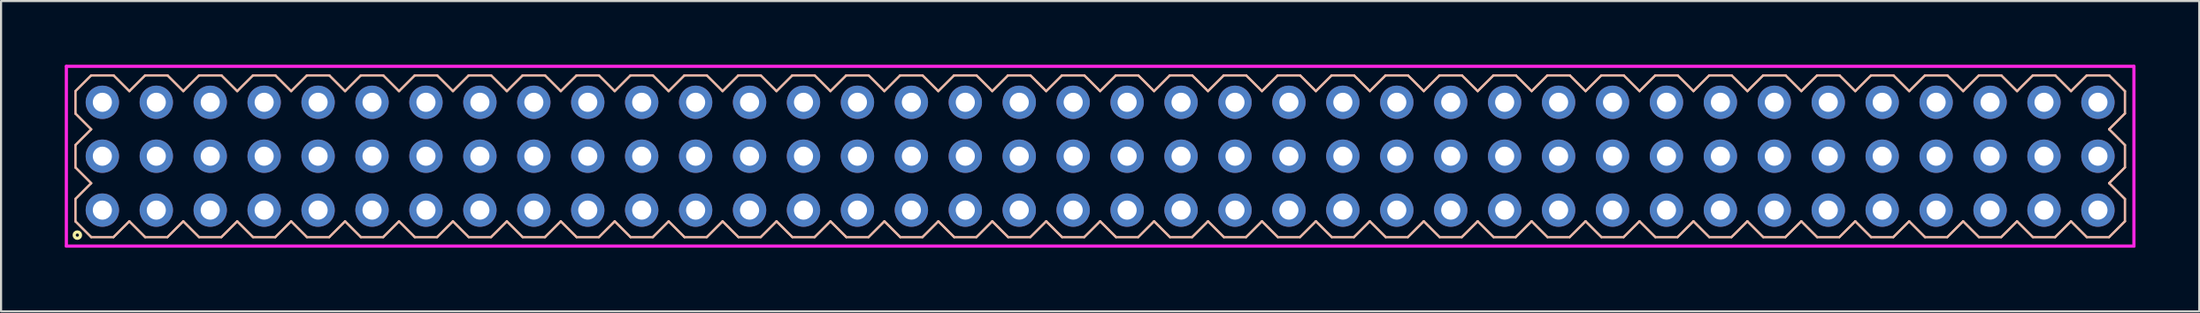
<source format=kicad_pcb>
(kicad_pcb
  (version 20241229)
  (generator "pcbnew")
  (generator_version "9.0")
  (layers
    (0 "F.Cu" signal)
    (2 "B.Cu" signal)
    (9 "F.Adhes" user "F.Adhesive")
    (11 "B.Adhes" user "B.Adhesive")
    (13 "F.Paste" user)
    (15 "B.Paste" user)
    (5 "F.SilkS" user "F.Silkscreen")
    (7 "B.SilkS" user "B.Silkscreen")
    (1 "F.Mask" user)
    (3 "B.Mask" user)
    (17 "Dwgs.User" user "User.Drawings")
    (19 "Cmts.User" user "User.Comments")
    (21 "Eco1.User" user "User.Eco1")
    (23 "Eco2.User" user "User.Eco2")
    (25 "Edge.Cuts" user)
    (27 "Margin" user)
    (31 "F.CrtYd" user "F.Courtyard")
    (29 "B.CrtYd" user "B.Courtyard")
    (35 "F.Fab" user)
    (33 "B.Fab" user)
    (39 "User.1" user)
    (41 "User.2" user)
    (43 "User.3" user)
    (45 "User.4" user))
  (footprint "HDR254P38x3"
    (layer "F.Cu")
    (at 48.76 4.31)
    (property "Reference" "HDR254P38x3" (at 0 0 0) (layer "User.1") (effects (font (size 1 1) (thickness 0.1))))
    (attr through_hole)
    (fp_line (start -48.26 -3.066) (end -47.516 -3.81) (stroke (width 0.1) (type solid)) (layer "F.SilkS"))
    (fp_line (start -48.26 -2.014) (end -48.26 -3.066) (stroke (width 0.1) (type solid)) (layer "F.SilkS"))
    (fp_line (start -48.26 -0.526) (end -47.516 -1.27) (stroke (width 0.1) (type solid)) (layer "F.SilkS"))
    (fp_line (start -48.26 0.526) (end -48.26 -0.526) (stroke (width 0.1) (type solid)) (layer "F.SilkS"))
    (fp_line (start -48.26 2.014) (end -47.516 1.27) (stroke (width 0.1) (type solid)) (layer "F.SilkS"))
    (fp_line (start -48.26 3.066) (end -48.26 2.014) (stroke (width 0.1) (type solid)) (layer "F.SilkS"))
    (fp_line (start -47.516 -3.81) (end -46.464 -3.81) (stroke (width 0.1) (type solid)) (layer "F.SilkS"))
    (fp_line (start -47.516 -1.27) (end -48.26 -2.014) (stroke (width 0.1) (type solid)) (layer "F.SilkS"))
    (fp_line (start -47.516 1.27) (end -48.26 0.526) (stroke (width 0.1) (type solid)) (layer "F.SilkS"))
    (fp_line (start -47.516 3.81) (end -48.26 3.066) (stroke (width 0.1) (type solid)) (layer "F.SilkS"))
    (fp_line (start -46.464 -3.81) (end -45.72 -3.066) (stroke (width 0.1) (type solid)) (layer "F.SilkS"))
    (fp_line (start -46.464 3.81) (end -47.516 3.81) (stroke (width 0.1) (type solid)) (layer "F.SilkS"))
    (fp_line (start -45.72 -3.066) (end -44.976 -3.81) (stroke (width 0.1) (type solid)) (layer "F.SilkS"))
    (fp_line (start -45.72 3.066) (end -46.464 3.81) (stroke (width 0.1) (type solid)) (layer "F.SilkS"))
    (fp_line (start -44.976 -3.81) (end -43.924 -3.81) (stroke (width 0.1) (type solid)) (layer "F.SilkS"))
    (fp_line (start -44.976 3.81) (end -45.72 3.066) (stroke (width 0.1) (type solid)) (layer "F.SilkS"))
    (fp_line (start -43.924 -3.81) (end -43.18 -3.066) (stroke (width 0.1) (type solid)) (layer "F.SilkS"))
    (fp_line (start -43.924 3.81) (end -44.976 3.81) (stroke (width 0.1) (type solid)) (layer "F.SilkS"))
    (fp_line (start -43.18 -3.066) (end -42.436 -3.81) (stroke (width 0.1) (type solid)) (layer "F.SilkS"))
    (fp_line (start -43.18 3.066) (end -43.924 3.81) (stroke (width 0.1) (type solid)) (layer "F.SilkS"))
    (fp_line (start -42.436 -3.81) (end -41.384 -3.81) (stroke (width 0.1) (type solid)) (layer "F.SilkS"))
    (fp_line (start -42.436 3.81) (end -43.18 3.066) (stroke (width 0.1) (type solid)) (layer "F.SilkS"))
    (fp_line (start -41.384 -3.81) (end -40.64 -3.066) (stroke (width 0.1) (type solid)) (layer "F.SilkS"))
    (fp_line (start -41.384 3.81) (end -42.436 3.81) (stroke (width 0.1) (type solid)) (layer "F.SilkS"))
    (fp_line (start -40.64 -3.066) (end -39.896 -3.81) (stroke (width 0.1) (type solid)) (layer "F.SilkS"))
    (fp_line (start -40.64 3.066) (end -41.384 3.81) (stroke (width 0.1) (type solid)) (layer "F.SilkS"))
    (fp_line (start -39.896 -3.81) (end -38.844 -3.81) (stroke (width 0.1) (type solid)) (layer "F.SilkS"))
    (fp_line (start -39.896 3.81) (end -40.64 3.066) (stroke (width 0.1) (type solid)) (layer "F.SilkS"))
    (fp_line (start -38.844 -3.81) (end -38.1 -3.066) (stroke (width 0.1) (type solid)) (layer "F.SilkS"))
    (fp_line (start -38.844 3.81) (end -39.896 3.81) (stroke (width 0.1) (type solid)) (layer "F.SilkS"))
    (fp_line (start -38.1 -3.066) (end -37.356 -3.81) (stroke (width 0.1) (type solid)) (layer "F.SilkS"))
    (fp_line (start -38.1 3.066) (end -38.844 3.81) (stroke (width 0.1) (type solid)) (layer "F.SilkS"))
    (fp_line (start -37.356 -3.81) (end -36.304 -3.81) (stroke (width 0.1) (type solid)) (layer "F.SilkS"))
    (fp_line (start -37.356 3.81) (end -38.1 3.066) (stroke (width 0.1) (type solid)) (layer "F.SilkS"))
    (fp_line (start -36.304 -3.81) (end -35.56 -3.066) (stroke (width 0.1) (type solid)) (layer "F.SilkS"))
    (fp_line (start -36.304 3.81) (end -37.356 3.81) (stroke (width 0.1) (type solid)) (layer "F.SilkS"))
    (fp_line (start -35.56 -3.066) (end -34.816 -3.81) (stroke (width 0.1) (type solid)) (layer "F.SilkS"))
    (fp_line (start -35.56 3.066) (end -36.304 3.81) (stroke (width 0.1) (type solid)) (layer "F.SilkS"))
    (fp_line (start -34.816 -3.81) (end -33.764 -3.81) (stroke (width 0.1) (type solid)) (layer "F.SilkS"))
    (fp_line (start -34.816 3.81) (end -35.56 3.066) (stroke (width 0.1) (type solid)) (layer "F.SilkS"))
    (fp_line (start -33.764 -3.81) (end -33.02 -3.066) (stroke (width 0.1) (type solid)) (layer "F.SilkS"))
    (fp_line (start -33.764 3.81) (end -34.816 3.81) (stroke (width 0.1) (type solid)) (layer "F.SilkS"))
    (fp_line (start -33.02 -3.066) (end -32.276 -3.81) (stroke (width 0.1) (type solid)) (layer "F.SilkS"))
    (fp_line (start -33.02 3.066) (end -33.764 3.81) (stroke (width 0.1) (type solid)) (layer "F.SilkS"))
    (fp_line (start -32.276 -3.81) (end -31.224 -3.81) (stroke (width 0.1) (type solid)) (layer "F.SilkS"))
    (fp_line (start -32.276 3.81) (end -33.02 3.066) (stroke (width 0.1) (type solid)) (layer "F.SilkS"))
    (fp_line (start -31.224 -3.81) (end -30.48 -3.066) (stroke (width 0.1) (type solid)) (layer "F.SilkS"))
    (fp_line (start -31.224 3.81) (end -32.276 3.81) (stroke (width 0.1) (type solid)) (layer "F.SilkS"))
    (fp_line (start -30.48 -3.066) (end -29.736 -3.81) (stroke (width 0.1) (type solid)) (layer "F.SilkS"))
    (fp_line (start -30.48 3.066) (end -31.224 3.81) (stroke (width 0.1) (type solid)) (layer "F.SilkS"))
    (fp_line (start -29.736 -3.81) (end -28.684 -3.81) (stroke (width 0.1) (type solid)) (layer "F.SilkS"))
    (fp_line (start -29.736 3.81) (end -30.48 3.066) (stroke (width 0.1) (type solid)) (layer "F.SilkS"))
    (fp_line (start -28.684 -3.81) (end -27.94 -3.066) (stroke (width 0.1) (type solid)) (layer "F.SilkS"))
    (fp_line (start -28.684 3.81) (end -29.736 3.81) (stroke (width 0.1) (type solid)) (layer "F.SilkS"))
    (fp_line (start -27.94 -3.066) (end -27.196 -3.81) (stroke (width 0.1) (type solid)) (layer "F.SilkS"))
    (fp_line (start -27.94 3.066) (end -28.684 3.81) (stroke (width 0.1) (type solid)) (layer "F.SilkS"))
    (fp_line (start -27.196 -3.81) (end -26.144 -3.81) (stroke (width 0.1) (type solid)) (layer "F.SilkS"))
    (fp_line (start -27.196 3.81) (end -27.94 3.066) (stroke (width 0.1) (type solid)) (layer "F.SilkS"))
    (fp_line (start -26.144 -3.81) (end -25.4 -3.066) (stroke (width 0.1) (type solid)) (layer "F.SilkS"))
    (fp_line (start -26.144 3.81) (end -27.196 3.81) (stroke (width 0.1) (type solid)) (layer "F.SilkS"))
    (fp_line (start -25.4 -3.066) (end -24.656 -3.81) (stroke (width 0.1) (type solid)) (layer "F.SilkS"))
    (fp_line (start -25.4 3.066) (end -26.144 3.81) (stroke (width 0.1) (type solid)) (layer "F.SilkS"))
    (fp_line (start -24.656 -3.81) (end -23.604 -3.81) (stroke (width 0.1) (type solid)) (layer "F.SilkS"))
    (fp_line (start -24.656 3.81) (end -25.4 3.066) (stroke (width 0.1) (type solid)) (layer "F.SilkS"))
    (fp_line (start -23.604 -3.81) (end -22.86 -3.066) (stroke (width 0.1) (type solid)) (layer "F.SilkS"))
    (fp_line (start -23.604 3.81) (end -24.656 3.81) (stroke (width 0.1) (type solid)) (layer "F.SilkS"))
    (fp_line (start -22.86 -3.066) (end -22.116 -3.81) (stroke (width 0.1) (type solid)) (layer "F.SilkS"))
    (fp_line (start -22.86 3.066) (end -23.604 3.81) (stroke (width 0.1) (type solid)) (layer "F.SilkS"))
    (fp_line (start -22.116 -3.81) (end -21.064 -3.81) (stroke (width 0.1) (type solid)) (layer "F.SilkS"))
    (fp_line (start -22.116 3.81) (end -22.86 3.066) (stroke (width 0.1) (type solid)) (layer "F.SilkS"))
    (fp_line (start -21.064 -3.81) (end -20.32 -3.066) (stroke (width 0.1) (type solid)) (layer "F.SilkS"))
    (fp_line (start -21.064 3.81) (end -22.116 3.81) (stroke (width 0.1) (type solid)) (layer "F.SilkS"))
    (fp_line (start -20.32 -3.066) (end -19.576 -3.81) (stroke (width 0.1) (type solid)) (layer "F.SilkS"))
    (fp_line (start -20.32 3.066) (end -21.064 3.81) (stroke (width 0.1) (type solid)) (layer "F.SilkS"))
    (fp_line (start -19.576 -3.81) (end -18.524 -3.81) (stroke (width 0.1) (type solid)) (layer "F.SilkS"))
    (fp_line (start -19.576 3.81) (end -20.32 3.066) (stroke (width 0.1) (type solid)) (layer "F.SilkS"))
    (fp_line (start -18.524 -3.81) (end -17.78 -3.066) (stroke (width 0.1) (type solid)) (layer "F.SilkS"))
    (fp_line (start -18.524 3.81) (end -19.576 3.81) (stroke (width 0.1) (type solid)) (layer "F.SilkS"))
    (fp_line (start -17.78 -3.066) (end -17.036 -3.81) (stroke (width 0.1) (type solid)) (layer "F.SilkS"))
    (fp_line (start -17.78 3.066) (end -18.524 3.81) (stroke (width 0.1) (type solid)) (layer "F.SilkS"))
    (fp_line (start -17.036 -3.81) (end -15.984 -3.81) (stroke (width 0.1) (type solid)) (layer "F.SilkS"))
    (fp_line (start -17.036 3.81) (end -17.78 3.066) (stroke (width 0.1) (type solid)) (layer "F.SilkS"))
    (fp_line (start -15.984 -3.81) (end -15.24 -3.066) (stroke (width 0.1) (type solid)) (layer "F.SilkS"))
    (fp_line (start -15.984 3.81) (end -17.036 3.81) (stroke (width 0.1) (type solid)) (layer "F.SilkS"))
    (fp_line (start -15.24 -3.066) (end -14.496 -3.81) (stroke (width 0.1) (type solid)) (layer "F.SilkS"))
    (fp_line (start -15.24 3.066) (end -15.984 3.81) (stroke (width 0.1) (type solid)) (layer "F.SilkS"))
    (fp_line (start -14.496 -3.81) (end -13.444 -3.81) (stroke (width 0.1) (type solid)) (layer "F.SilkS"))
    (fp_line (start -14.496 3.81) (end -15.24 3.066) (stroke (width 0.1) (type solid)) (layer "F.SilkS"))
    (fp_line (start -13.444 -3.81) (end -12.7 -3.066) (stroke (width 0.1) (type solid)) (layer "F.SilkS"))
    (fp_line (start -13.444 3.81) (end -14.496 3.81) (stroke (width 0.1) (type solid)) (layer "F.SilkS"))
    (fp_line (start -12.7 -3.066) (end -11.956 -3.81) (stroke (width 0.1) (type solid)) (layer "F.SilkS"))
    (fp_line (start -12.7 3.066) (end -13.444 3.81) (stroke (width 0.1) (type solid)) (layer "F.SilkS"))
    (fp_line (start -11.956 -3.81) (end -10.904 -3.81) (stroke (width 0.1) (type solid)) (layer "F.SilkS"))
    (fp_line (start -11.956 3.81) (end -12.7 3.066) (stroke (width 0.1) (type solid)) (layer "F.SilkS"))
    (fp_line (start -10.904 -3.81) (end -10.16 -3.066) (stroke (width 0.1) (type solid)) (layer "F.SilkS"))
    (fp_line (start -10.904 3.81) (end -11.956 3.81) (stroke (width 0.1) (type solid)) (layer "F.SilkS"))
    (fp_line (start -10.16 -3.066) (end -9.416 -3.81) (stroke (width 0.1) (type solid)) (layer "F.SilkS"))
    (fp_line (start -10.16 3.066) (end -10.904 3.81) (stroke (width 0.1) (type solid)) (layer "F.SilkS"))
    (fp_line (start -9.416 -3.81) (end -8.364 -3.81) (stroke (width 0.1) (type solid)) (layer "F.SilkS"))
    (fp_line (start -9.416 3.81) (end -10.16 3.066) (stroke (width 0.1) (type solid)) (layer "F.SilkS"))
    (fp_line (start -8.364 -3.81) (end -7.62 -3.066) (stroke (width 0.1) (type solid)) (layer "F.SilkS"))
    (fp_line (start -8.364 3.81) (end -9.416 3.81) (stroke (width 0.1) (type solid)) (layer "F.SilkS"))
    (fp_line (start -7.62 -3.066) (end -6.876 -3.81) (stroke (width 0.1) (type solid)) (layer "F.SilkS"))
    (fp_line (start -7.62 3.066) (end -8.364 3.81) (stroke (width 0.1) (type solid)) (layer "F.SilkS"))
    (fp_line (start -6.876 -3.81) (end -5.824 -3.81) (stroke (width 0.1) (type solid)) (layer "F.SilkS"))
    (fp_line (start -6.876 3.81) (end -7.62 3.066) (stroke (width 0.1) (type solid)) (layer "F.SilkS"))
    (fp_line (start -5.824 -3.81) (end -5.08 -3.066) (stroke (width 0.1) (type solid)) (layer "F.SilkS"))
    (fp_line (start -5.824 3.81) (end -6.876 3.81) (stroke (width 0.1) (type solid)) (layer "F.SilkS"))
    (fp_line (start -5.08 -3.066) (end -4.336 -3.81) (stroke (width 0.1) (type solid)) (layer "F.SilkS"))
    (fp_line (start -5.08 3.066) (end -5.824 3.81) (stroke (width 0.1) (type solid)) (layer "F.SilkS"))
    (fp_line (start -4.336 -3.81) (end -3.284 -3.81) (stroke (width 0.1) (type solid)) (layer "F.SilkS"))
    (fp_line (start -4.336 3.81) (end -5.08 3.066) (stroke (width 0.1) (type solid)) (layer "F.SilkS"))
    (fp_line (start -3.284 -3.81) (end -2.54 -3.066) (stroke (width 0.1) (type solid)) (layer "F.SilkS"))
    (fp_line (start -3.284 3.81) (end -4.336 3.81) (stroke (width 0.1) (type solid)) (layer "F.SilkS"))
    (fp_line (start -2.54 -3.066) (end -1.796 -3.81) (stroke (width 0.1) (type solid)) (layer "F.SilkS"))
    (fp_line (start -2.54 3.066) (end -3.284 3.81) (stroke (width 0.1) (type solid)) (layer "F.SilkS"))
    (fp_line (start -1.796 -3.81) (end -0.744 -3.81) (stroke (width 0.1) (type solid)) (layer "F.SilkS"))
    (fp_line (start -1.796 3.81) (end -2.54 3.066) (stroke (width 0.1) (type solid)) (layer "F.SilkS"))
    (fp_line (start -0.744 -3.81) (end 0 -3.066) (stroke (width 0.1) (type solid)) (layer "F.SilkS"))
    (fp_line (start -0.744 3.81) (end -1.796 3.81) (stroke (width 0.1) (type solid)) (layer "F.SilkS"))
    (fp_line (start 0 -3.066) (end 0.744 -3.81) (stroke (width 0.1) (type solid)) (layer "F.SilkS"))
    (fp_line (start 0 3.066) (end -0.744 3.81) (stroke (width 0.1) (type solid)) (layer "F.SilkS"))
    (fp_line (start 0.744 -3.81) (end 1.796 -3.81) (stroke (width 0.1) (type solid)) (layer "F.SilkS"))
    (fp_line (start 0.744 3.81) (end 0 3.066) (stroke (width 0.1) (type solid)) (layer "F.SilkS"))
    (fp_line (start 1.796 -3.81) (end 2.54 -3.066) (stroke (width 0.1) (type solid)) (layer "F.SilkS"))
    (fp_line (start 1.796 3.81) (end 0.744 3.81) (stroke (width 0.1) (type solid)) (layer "F.SilkS"))
    (fp_line (start 2.54 -3.066) (end 3.284 -3.81) (stroke (width 0.1) (type solid)) (layer "F.SilkS"))
    (fp_line (start 2.54 3.066) (end 1.796 3.81) (stroke (width 0.1) (type solid)) (layer "F.SilkS"))
    (fp_line (start 3.284 -3.81) (end 4.336 -3.81) (stroke (width 0.1) (type solid)) (layer "F.SilkS"))
    (fp_line (start 3.284 3.81) (end 2.54 3.066) (stroke (width 0.1) (type solid)) (layer "F.SilkS"))
    (fp_line (start 4.336 -3.81) (end 5.08 -3.066) (stroke (width 0.1) (type solid)) (layer "F.SilkS"))
    (fp_line (start 4.336 3.81) (end 3.284 3.81) (stroke (width 0.1) (type solid)) (layer "F.SilkS"))
    (fp_line (start 5.08 -3.066) (end 5.824 -3.81) (stroke (width 0.1) (type solid)) (layer "F.SilkS"))
    (fp_line (start 5.08 3.066) (end 4.336 3.81) (stroke (width 0.1) (type solid)) (layer "F.SilkS"))
    (fp_line (start 5.824 -3.81) (end 6.876 -3.81) (stroke (width 0.1) (type solid)) (layer "F.SilkS"))
    (fp_line (start 5.824 3.81) (end 5.08 3.066) (stroke (width 0.1) (type solid)) (layer "F.SilkS"))
    (fp_line (start 6.876 -3.81) (end 7.62 -3.066) (stroke (width 0.1) (type solid)) (layer "F.SilkS"))
    (fp_line (start 6.876 3.81) (end 5.824 3.81) (stroke (width 0.1) (type solid)) (layer "F.SilkS"))
    (fp_line (start 7.62 -3.066) (end 8.364 -3.81) (stroke (width 0.1) (type solid)) (layer "F.SilkS"))
    (fp_line (start 7.62 3.066) (end 6.876 3.81) (stroke (width 0.1) (type solid)) (layer "F.SilkS"))
    (fp_line (start 8.364 -3.81) (end 9.416 -3.81) (stroke (width 0.1) (type solid)) (layer "F.SilkS"))
    (fp_line (start 8.364 3.81) (end 7.62 3.066) (stroke (width 0.1) (type solid)) (layer "F.SilkS"))
    (fp_line (start 9.416 -3.81) (end 10.16 -3.066) (stroke (width 0.1) (type solid)) (layer "F.SilkS"))
    (fp_line (start 9.416 3.81) (end 8.364 3.81) (stroke (width 0.1) (type solid)) (layer "F.SilkS"))
    (fp_line (start 10.16 -3.066) (end 10.904 -3.81) (stroke (width 0.1) (type solid)) (layer "F.SilkS"))
    (fp_line (start 10.16 3.066) (end 9.416 3.81) (stroke (width 0.1) (type solid)) (layer "F.SilkS"))
    (fp_line (start 10.904 -3.81) (end 11.956 -3.81) (stroke (width 0.1) (type solid)) (layer "F.SilkS"))
    (fp_line (start 10.904 3.81) (end 10.16 3.066) (stroke (width 0.1) (type solid)) (layer "F.SilkS"))
    (fp_line (start 11.956 -3.81) (end 12.7 -3.066) (stroke (width 0.1) (type solid)) (layer "F.SilkS"))
    (fp_line (start 11.956 3.81) (end 10.904 3.81) (stroke (width 0.1) (type solid)) (layer "F.SilkS"))
    (fp_line (start 12.7 -3.066) (end 13.444 -3.81) (stroke (width 0.1) (type solid)) (layer "F.SilkS"))
    (fp_line (start 12.7 3.066) (end 11.956 3.81) (stroke (width 0.1) (type solid)) (layer "F.SilkS"))
    (fp_line (start 13.444 -3.81) (end 14.496 -3.81) (stroke (width 0.1) (type solid)) (layer "F.SilkS"))
    (fp_line (start 13.444 3.81) (end 12.7 3.066) (stroke (width 0.1) (type solid)) (layer "F.SilkS"))
    (fp_line (start 14.496 -3.81) (end 15.24 -3.066) (stroke (width 0.1) (type solid)) (layer "F.SilkS"))
    (fp_line (start 14.496 3.81) (end 13.444 3.81) (stroke (width 0.1) (type solid)) (layer "F.SilkS"))
    (fp_line (start 15.24 -3.066) (end 15.984 -3.81) (stroke (width 0.1) (type solid)) (layer "F.SilkS"))
    (fp_line (start 15.24 3.066) (end 14.496 3.81) (stroke (width 0.1) (type solid)) (layer "F.SilkS"))
    (fp_line (start 15.984 -3.81) (end 17.036 -3.81) (stroke (width 0.1) (type solid)) (layer "F.SilkS"))
    (fp_line (start 15.984 3.81) (end 15.24 3.066) (stroke (width 0.1) (type solid)) (layer "F.SilkS"))
    (fp_line (start 17.036 -3.81) (end 17.78 -3.066) (stroke (width 0.1) (type solid)) (layer "F.SilkS"))
    (fp_line (start 17.036 3.81) (end 15.984 3.81) (stroke (width 0.1) (type solid)) (layer "F.SilkS"))
    (fp_line (start 17.78 -3.066) (end 18.524 -3.81) (stroke (width 0.1) (type solid)) (layer "F.SilkS"))
    (fp_line (start 17.78 3.066) (end 17.036 3.81) (stroke (width 0.1) (type solid)) (layer "F.SilkS"))
    (fp_line (start 18.524 -3.81) (end 19.576 -3.81) (stroke (width 0.1) (type solid)) (layer "F.SilkS"))
    (fp_line (start 18.524 3.81) (end 17.78 3.066) (stroke (width 0.1) (type solid)) (layer "F.SilkS"))
    (fp_line (start 19.576 -3.81) (end 20.32 -3.066) (stroke (width 0.1) (type solid)) (layer "F.SilkS"))
    (fp_line (start 19.576 3.81) (end 18.524 3.81) (stroke (width 0.1) (type solid)) (layer "F.SilkS"))
    (fp_line (start 20.32 -3.066) (end 21.064 -3.81) (stroke (width 0.1) (type solid)) (layer "F.SilkS"))
    (fp_line (start 20.32 3.066) (end 19.576 3.81) (stroke (width 0.1) (type solid)) (layer "F.SilkS"))
    (fp_line (start 21.064 -3.81) (end 22.116 -3.81) (stroke (width 0.1) (type solid)) (layer "F.SilkS"))
    (fp_line (start 21.064 3.81) (end 20.32 3.066) (stroke (width 0.1) (type solid)) (layer "F.SilkS"))
    (fp_line (start 22.116 -3.81) (end 22.86 -3.066) (stroke (width 0.1) (type solid)) (layer "F.SilkS"))
    (fp_line (start 22.116 3.81) (end 21.064 3.81) (stroke (width 0.1) (type solid)) (layer "F.SilkS"))
    (fp_line (start 22.86 -3.066) (end 23.604 -3.81) (stroke (width 0.1) (type solid)) (layer "F.SilkS"))
    (fp_line (start 22.86 3.066) (end 22.116 3.81) (stroke (width 0.1) (type solid)) (layer "F.SilkS"))
    (fp_line (start 23.604 -3.81) (end 24.656 -3.81) (stroke (width 0.1) (type solid)) (layer "F.SilkS"))
    (fp_line (start 23.604 3.81) (end 22.86 3.066) (stroke (width 0.1) (type solid)) (layer "F.SilkS"))
    (fp_line (start 24.656 -3.81) (end 25.4 -3.066) (stroke (width 0.1) (type solid)) (layer "F.SilkS"))
    (fp_line (start 24.656 3.81) (end 23.604 3.81) (stroke (width 0.1) (type solid)) (layer "F.SilkS"))
    (fp_line (start 25.4 -3.066) (end 26.144 -3.81) (stroke (width 0.1) (type solid)) (layer "F.SilkS"))
    (fp_line (start 25.4 3.066) (end 24.656 3.81) (stroke (width 0.1) (type solid)) (layer "F.SilkS"))
    (fp_line (start 26.144 -3.81) (end 27.196 -3.81) (stroke (width 0.1) (type solid)) (layer "F.SilkS"))
    (fp_line (start 26.144 3.81) (end 25.4 3.066) (stroke (width 0.1) (type solid)) (layer "F.SilkS"))
    (fp_line (start 27.196 -3.81) (end 27.94 -3.066) (stroke (width 0.1) (type solid)) (layer "F.SilkS"))
    (fp_line (start 27.196 3.81) (end 26.144 3.81) (stroke (width 0.1) (type solid)) (layer "F.SilkS"))
    (fp_line (start 27.94 -3.066) (end 28.684 -3.81) (stroke (width 0.1) (type solid)) (layer "F.SilkS"))
    (fp_line (start 27.94 3.066) (end 27.196 3.81) (stroke (width 0.1) (type solid)) (layer "F.SilkS"))
    (fp_line (start 28.684 -3.81) (end 29.736 -3.81) (stroke (width 0.1) (type solid)) (layer "F.SilkS"))
    (fp_line (start 28.684 3.81) (end 27.94 3.066) (stroke (width 0.1) (type solid)) (layer "F.SilkS"))
    (fp_line (start 29.736 -3.81) (end 30.48 -3.066) (stroke (width 0.1) (type solid)) (layer "F.SilkS"))
    (fp_line (start 29.736 3.81) (end 28.684 3.81) (stroke (width 0.1) (type solid)) (layer "F.SilkS"))
    (fp_line (start 30.48 -3.066) (end 31.224 -3.81) (stroke (width 0.1) (type solid)) (layer "F.SilkS"))
    (fp_line (start 30.48 3.066) (end 29.736 3.81) (stroke (width 0.1) (type solid)) (layer "F.SilkS"))
    (fp_line (start 31.224 -3.81) (end 32.276 -3.81) (stroke (width 0.1) (type solid)) (layer "F.SilkS"))
    (fp_line (start 31.224 3.81) (end 30.48 3.066) (stroke (width 0.1) (type solid)) (layer "F.SilkS"))
    (fp_line (start 32.276 -3.81) (end 33.02 -3.066) (stroke (width 0.1) (type solid)) (layer "F.SilkS"))
    (fp_line (start 32.276 3.81) (end 31.224 3.81) (stroke (width 0.1) (type solid)) (layer "F.SilkS"))
    (fp_line (start 33.02 -3.066) (end 33.764 -3.81) (stroke (width 0.1) (type solid)) (layer "F.SilkS"))
    (fp_line (start 33.02 3.066) (end 32.276 3.81) (stroke (width 0.1) (type solid)) (layer "F.SilkS"))
    (fp_line (start 33.764 -3.81) (end 34.816 -3.81) (stroke (width 0.1) (type solid)) (layer "F.SilkS"))
    (fp_line (start 33.764 3.81) (end 33.02 3.066) (stroke (width 0.1) (type solid)) (layer "F.SilkS"))
    (fp_line (start 34.816 -3.81) (end 35.56 -3.066) (stroke (width 0.1) (type solid)) (layer "F.SilkS"))
    (fp_line (start 34.816 3.81) (end 33.764 3.81) (stroke (width 0.1) (type solid)) (layer "F.SilkS"))
    (fp_line (start 35.56 -3.066) (end 36.304 -3.81) (stroke (width 0.1) (type solid)) (layer "F.SilkS"))
    (fp_line (start 35.56 3.066) (end 34.816 3.81) (stroke (width 0.1) (type solid)) (layer "F.SilkS"))
    (fp_line (start 36.304 -3.81) (end 37.356 -3.81) (stroke (width 0.1) (type solid)) (layer "F.SilkS"))
    (fp_line (start 36.304 3.81) (end 35.56 3.066) (stroke (width 0.1) (type solid)) (layer "F.SilkS"))
    (fp_line (start 37.356 -3.81) (end 38.1 -3.066) (stroke (width 0.1) (type solid)) (layer "F.SilkS"))
    (fp_line (start 37.356 3.81) (end 36.304 3.81) (stroke (width 0.1) (type solid)) (layer "F.SilkS"))
    (fp_line (start 38.1 -3.066) (end 38.844 -3.81) (stroke (width 0.1) (type solid)) (layer "F.SilkS"))
    (fp_line (start 38.1 3.066) (end 37.356 3.81) (stroke (width 0.1) (type solid)) (layer "F.SilkS"))
    (fp_line (start 38.844 -3.81) (end 39.896 -3.81) (stroke (width 0.1) (type solid)) (layer "F.SilkS"))
    (fp_line (start 38.844 3.81) (end 38.1 3.066) (stroke (width 0.1) (type solid)) (layer "F.SilkS"))
    (fp_line (start 39.896 -3.81) (end 40.64 -3.066) (stroke (width 0.1) (type solid)) (layer "F.SilkS"))
    (fp_line (start 39.896 3.81) (end 38.844 3.81) (stroke (width 0.1) (type solid)) (layer "F.SilkS"))
    (fp_line (start 40.64 -3.066) (end 41.384 -3.81) (stroke (width 0.1) (type solid)) (layer "F.SilkS"))
    (fp_line (start 40.64 3.066) (end 39.896 3.81) (stroke (width 0.1) (type solid)) (layer "F.SilkS"))
    (fp_line (start 41.384 -3.81) (end 42.436 -3.81) (stroke (width 0.1) (type solid)) (layer "F.SilkS"))
    (fp_line (start 41.384 3.81) (end 40.64 3.066) (stroke (width 0.1) (type solid)) (layer "F.SilkS"))
    (fp_line (start 42.436 -3.81) (end 43.18 -3.066) (stroke (width 0.1) (type solid)) (layer "F.SilkS"))
    (fp_line (start 42.436 3.81) (end 41.384 3.81) (stroke (width 0.1) (type solid)) (layer "F.SilkS"))
    (fp_line (start 43.18 -3.066) (end 43.924 -3.81) (stroke (width 0.1) (type solid)) (layer "F.SilkS"))
    (fp_line (start 43.18 3.066) (end 42.436 3.81) (stroke (width 0.1) (type solid)) (layer "F.SilkS"))
    (fp_line (start 43.924 -3.81) (end 44.976 -3.81) (stroke (width 0.1) (type solid)) (layer "F.SilkS"))
    (fp_line (start 43.924 3.81) (end 43.18 3.066) (stroke (width 0.1) (type solid)) (layer "F.SilkS"))
    (fp_line (start 44.976 -3.81) (end 45.72 -3.066) (stroke (width 0.1) (type solid)) (layer "F.SilkS"))
    (fp_line (start 44.976 3.81) (end 43.924 3.81) (stroke (width 0.1) (type solid)) (layer "F.SilkS"))
    (fp_line (start 45.72 -3.066) (end 46.464 -3.81) (stroke (width 0.1) (type solid)) (layer "F.SilkS"))
    (fp_line (start 45.72 3.066) (end 44.976 3.81) (stroke (width 0.1) (type solid)) (layer "F.SilkS"))
    (fp_line (start 46.464 -3.81) (end 47.516 -3.81) (stroke (width 0.1) (type solid)) (layer "F.SilkS"))
    (fp_line (start 46.464 3.81) (end 45.72 3.066) (stroke (width 0.1) (type solid)) (layer "F.SilkS"))
    (fp_line (start 47.516 -3.81) (end 48.26 -3.066) (stroke (width 0.1) (type solid)) (layer "F.SilkS"))
    (fp_line (start 47.516 -1.27) (end 48.26 -0.526) (stroke (width 0.1) (type solid)) (layer "F.SilkS"))
    (fp_line (start 47.516 1.27) (end 48.26 2.014) (stroke (width 0.1) (type solid)) (layer "F.SilkS"))
    (fp_line (start 47.516 3.81) (end 46.464 3.81) (stroke (width 0.1) (type solid)) (layer "F.SilkS"))
    (fp_line (start 48.26 -3.066) (end 48.26 -2.014) (stroke (width 0.1) (type solid)) (layer "F.SilkS"))
    (fp_line (start 48.26 -2.014) (end 47.516 -1.27) (stroke (width 0.1) (type solid)) (layer "F.SilkS"))
    (fp_line (start 48.26 -0.526) (end 48.26 0.526) (stroke (width 0.1) (type solid)) (layer "F.SilkS"))
    (fp_line (start 48.26 0.526) (end 47.516 1.27) (stroke (width 0.1) (type solid)) (layer "F.SilkS"))
    (fp_line (start 48.26 2.014) (end 48.26 3.066) (stroke (width 0.1) (type solid)) (layer "F.SilkS"))
    (fp_line (start 48.26 3.066) (end 47.516 3.81) (stroke (width 0.1) (type solid)) (layer "F.SilkS"))
    (fp_circle (center -48.167 3.718) (end -48.017 3.718) (stroke (width 0.15) (type solid)) (fill no) (layer "F.SilkS"))
    (fp_line (start -48.26 -3.066) (end -47.516 -3.81) (stroke (width 0.1) (type solid)) (layer "B.SilkS"))
    (fp_line (start -48.26 -2.014) (end -48.26 -3.066) (stroke (width 0.1) (type solid)) (layer "B.SilkS"))
    (fp_line (start -48.26 -0.526) (end -47.516 -1.27) (stroke (width 0.1) (type solid)) (layer "B.SilkS"))
    (fp_line (start -48.26 0.526) (end -48.26 -0.526) (stroke (width 0.1) (type solid)) (layer "B.SilkS"))
    (fp_line (start -48.26 2.014) (end -47.516 1.27) (stroke (width 0.1) (type solid)) (layer "B.SilkS"))
    (fp_line (start -48.26 3.066) (end -48.26 2.014) (stroke (width 0.1) (type solid)) (layer "B.SilkS"))
    (fp_line (start -47.516 -3.81) (end -46.464 -3.81) (stroke (width 0.1) (type solid)) (layer "B.SilkS"))
    (fp_line (start -47.516 -1.27) (end -48.26 -2.014) (stroke (width 0.1) (type solid)) (layer "B.SilkS"))
    (fp_line (start -47.516 1.27) (end -48.26 0.526) (stroke (width 0.1) (type solid)) (layer "B.SilkS"))
    (fp_line (start -47.516 3.81) (end -48.26 3.066) (stroke (width 0.1) (type solid)) (layer "B.SilkS"))
    (fp_line (start -46.464 -3.81) (end -45.72 -3.066) (stroke (width 0.1) (type solid)) (layer "B.SilkS"))
    (fp_line (start -46.464 3.81) (end -47.516 3.81) (stroke (width 0.1) (type solid)) (layer "B.SilkS"))
    (fp_line (start -45.72 -3.066) (end -44.976 -3.81) (stroke (width 0.1) (type solid)) (layer "B.SilkS"))
    (fp_line (start -45.72 3.066) (end -46.464 3.81) (stroke (width 0.1) (type solid)) (layer "B.SilkS"))
    (fp_line (start -44.976 -3.81) (end -43.924 -3.81) (stroke (width 0.1) (type solid)) (layer "B.SilkS"))
    (fp_line (start -44.976 3.81) (end -45.72 3.066) (stroke (width 0.1) (type solid)) (layer "B.SilkS"))
    (fp_line (start -43.924 -3.81) (end -43.18 -3.066) (stroke (width 0.1) (type solid)) (layer "B.SilkS"))
    (fp_line (start -43.924 3.81) (end -44.976 3.81) (stroke (width 0.1) (type solid)) (layer "B.SilkS"))
    (fp_line (start -43.18 -3.066) (end -42.436 -3.81) (stroke (width 0.1) (type solid)) (layer "B.SilkS"))
    (fp_line (start -43.18 3.066) (end -43.924 3.81) (stroke (width 0.1) (type solid)) (layer "B.SilkS"))
    (fp_line (start -42.436 -3.81) (end -41.384 -3.81) (stroke (width 0.1) (type solid)) (layer "B.SilkS"))
    (fp_line (start -42.436 3.81) (end -43.18 3.066) (stroke (width 0.1) (type solid)) (layer "B.SilkS"))
    (fp_line (start -41.384 -3.81) (end -40.64 -3.066) (stroke (width 0.1) (type solid)) (layer "B.SilkS"))
    (fp_line (start -41.384 3.81) (end -42.436 3.81) (stroke (width 0.1) (type solid)) (layer "B.SilkS"))
    (fp_line (start -40.64 -3.066) (end -39.896 -3.81) (stroke (width 0.1) (type solid)) (layer "B.SilkS"))
    (fp_line (start -40.64 3.066) (end -41.384 3.81) (stroke (width 0.1) (type solid)) (layer "B.SilkS"))
    (fp_line (start -39.896 -3.81) (end -38.844 -3.81) (stroke (width 0.1) (type solid)) (layer "B.SilkS"))
    (fp_line (start -39.896 3.81) (end -40.64 3.066) (stroke (width 0.1) (type solid)) (layer "B.SilkS"))
    (fp_line (start -38.844 -3.81) (end -38.1 -3.066) (stroke (width 0.1) (type solid)) (layer "B.SilkS"))
    (fp_line (start -38.844 3.81) (end -39.896 3.81) (stroke (width 0.1) (type solid)) (layer "B.SilkS"))
    (fp_line (start -38.1 -3.066) (end -37.356 -3.81) (stroke (width 0.1) (type solid)) (layer "B.SilkS"))
    (fp_line (start -38.1 3.066) (end -38.844 3.81) (stroke (width 0.1) (type solid)) (layer "B.SilkS"))
    (fp_line (start -37.356 -3.81) (end -36.304 -3.81) (stroke (width 0.1) (type solid)) (layer "B.SilkS"))
    (fp_line (start -37.356 3.81) (end -38.1 3.066) (stroke (width 0.1) (type solid)) (layer "B.SilkS"))
    (fp_line (start -36.304 -3.81) (end -35.56 -3.066) (stroke (width 0.1) (type solid)) (layer "B.SilkS"))
    (fp_line (start -36.304 3.81) (end -37.356 3.81) (stroke (width 0.1) (type solid)) (layer "B.SilkS"))
    (fp_line (start -35.56 -3.066) (end -34.816 -3.81) (stroke (width 0.1) (type solid)) (layer "B.SilkS"))
    (fp_line (start -35.56 3.066) (end -36.304 3.81) (stroke (width 0.1) (type solid)) (layer "B.SilkS"))
    (fp_line (start -34.816 -3.81) (end -33.764 -3.81) (stroke (width 0.1) (type solid)) (layer "B.SilkS"))
    (fp_line (start -34.816 3.81) (end -35.56 3.066) (stroke (width 0.1) (type solid)) (layer "B.SilkS"))
    (fp_line (start -33.764 -3.81) (end -33.02 -3.066) (stroke (width 0.1) (type solid)) (layer "B.SilkS"))
    (fp_line (start -33.764 3.81) (end -34.816 3.81) (stroke (width 0.1) (type solid)) (layer "B.SilkS"))
    (fp_line (start -33.02 -3.066) (end -32.276 -3.81) (stroke (width 0.1) (type solid)) (layer "B.SilkS"))
    (fp_line (start -33.02 3.066) (end -33.764 3.81) (stroke (width 0.1) (type solid)) (layer "B.SilkS"))
    (fp_line (start -32.276 -3.81) (end -31.224 -3.81) (stroke (width 0.1) (type solid)) (layer "B.SilkS"))
    (fp_line (start -32.276 3.81) (end -33.02 3.066) (stroke (width 0.1) (type solid)) (layer "B.SilkS"))
    (fp_line (start -31.224 -3.81) (end -30.48 -3.066) (stroke (width 0.1) (type solid)) (layer "B.SilkS"))
    (fp_line (start -31.224 3.81) (end -32.276 3.81) (stroke (width 0.1) (type solid)) (layer "B.SilkS"))
    (fp_line (start -30.48 -3.066) (end -29.736 -3.81) (stroke (width 0.1) (type solid)) (layer "B.SilkS"))
    (fp_line (start -30.48 3.066) (end -31.224 3.81) (stroke (width 0.1) (type solid)) (layer "B.SilkS"))
    (fp_line (start -29.736 -3.81) (end -28.684 -3.81) (stroke (width 0.1) (type solid)) (layer "B.SilkS"))
    (fp_line (start -29.736 3.81) (end -30.48 3.066) (stroke (width 0.1) (type solid)) (layer "B.SilkS"))
    (fp_line (start -28.684 -3.81) (end -27.94 -3.066) (stroke (width 0.1) (type solid)) (layer "B.SilkS"))
    (fp_line (start -28.684 3.81) (end -29.736 3.81) (stroke (width 0.1) (type solid)) (layer "B.SilkS"))
    (fp_line (start -27.94 -3.066) (end -27.196 -3.81) (stroke (width 0.1) (type solid)) (layer "B.SilkS"))
    (fp_line (start -27.94 3.066) (end -28.684 3.81) (stroke (width 0.1) (type solid)) (layer "B.SilkS"))
    (fp_line (start -27.196 -3.81) (end -26.144 -3.81) (stroke (width 0.1) (type solid)) (layer "B.SilkS"))
    (fp_line (start -27.196 3.81) (end -27.94 3.066) (stroke (width 0.1) (type solid)) (layer "B.SilkS"))
    (fp_line (start -26.144 -3.81) (end -25.4 -3.066) (stroke (width 0.1) (type solid)) (layer "B.SilkS"))
    (fp_line (start -26.144 3.81) (end -27.196 3.81) (stroke (width 0.1) (type solid)) (layer "B.SilkS"))
    (fp_line (start -25.4 -3.066) (end -24.656 -3.81) (stroke (width 0.1) (type solid)) (layer "B.SilkS"))
    (fp_line (start -25.4 3.066) (end -26.144 3.81) (stroke (width 0.1) (type solid)) (layer "B.SilkS"))
    (fp_line (start -24.656 -3.81) (end -23.604 -3.81) (stroke (width 0.1) (type solid)) (layer "B.SilkS"))
    (fp_line (start -24.656 3.81) (end -25.4 3.066) (stroke (width 0.1) (type solid)) (layer "B.SilkS"))
    (fp_line (start -23.604 -3.81) (end -22.86 -3.066) (stroke (width 0.1) (type solid)) (layer "B.SilkS"))
    (fp_line (start -23.604 3.81) (end -24.656 3.81) (stroke (width 0.1) (type solid)) (layer "B.SilkS"))
    (fp_line (start -22.86 -3.066) (end -22.116 -3.81) (stroke (width 0.1) (type solid)) (layer "B.SilkS"))
    (fp_line (start -22.86 3.066) (end -23.604 3.81) (stroke (width 0.1) (type solid)) (layer "B.SilkS"))
    (fp_line (start -22.116 -3.81) (end -21.064 -3.81) (stroke (width 0.1) (type solid)) (layer "B.SilkS"))
    (fp_line (start -22.116 3.81) (end -22.86 3.066) (stroke (width 0.1) (type solid)) (layer "B.SilkS"))
    (fp_line (start -21.064 -3.81) (end -20.32 -3.066) (stroke (width 0.1) (type solid)) (layer "B.SilkS"))
    (fp_line (start -21.064 3.81) (end -22.116 3.81) (stroke (width 0.1) (type solid)) (layer "B.SilkS"))
    (fp_line (start -20.32 -3.066) (end -19.576 -3.81) (stroke (width 0.1) (type solid)) (layer "B.SilkS"))
    (fp_line (start -20.32 3.066) (end -21.064 3.81) (stroke (width 0.1) (type solid)) (layer "B.SilkS"))
    (fp_line (start -19.576 -3.81) (end -18.524 -3.81) (stroke (width 0.1) (type solid)) (layer "B.SilkS"))
    (fp_line (start -19.576 3.81) (end -20.32 3.066) (stroke (width 0.1) (type solid)) (layer "B.SilkS"))
    (fp_line (start -18.524 -3.81) (end -17.78 -3.066) (stroke (width 0.1) (type solid)) (layer "B.SilkS"))
    (fp_line (start -18.524 3.81) (end -19.576 3.81) (stroke (width 0.1) (type solid)) (layer "B.SilkS"))
    (fp_line (start -17.78 -3.066) (end -17.036 -3.81) (stroke (width 0.1) (type solid)) (layer "B.SilkS"))
    (fp_line (start -17.78 3.066) (end -18.524 3.81) (stroke (width 0.1) (type solid)) (layer "B.SilkS"))
    (fp_line (start -17.036 -3.81) (end -15.984 -3.81) (stroke (width 0.1) (type solid)) (layer "B.SilkS"))
    (fp_line (start -17.036 3.81) (end -17.78 3.066) (stroke (width 0.1) (type solid)) (layer "B.SilkS"))
    (fp_line (start -15.984 -3.81) (end -15.24 -3.066) (stroke (width 0.1) (type solid)) (layer "B.SilkS"))
    (fp_line (start -15.984 3.81) (end -17.036 3.81) (stroke (width 0.1) (type solid)) (layer "B.SilkS"))
    (fp_line (start -15.24 -3.066) (end -14.496 -3.81) (stroke (width 0.1) (type solid)) (layer "B.SilkS"))
    (fp_line (start -15.24 3.066) (end -15.984 3.81) (stroke (width 0.1) (type solid)) (layer "B.SilkS"))
    (fp_line (start -14.496 -3.81) (end -13.444 -3.81) (stroke (width 0.1) (type solid)) (layer "B.SilkS"))
    (fp_line (start -14.496 3.81) (end -15.24 3.066) (stroke (width 0.1) (type solid)) (layer "B.SilkS"))
    (fp_line (start -13.444 -3.81) (end -12.7 -3.066) (stroke (width 0.1) (type solid)) (layer "B.SilkS"))
    (fp_line (start -13.444 3.81) (end -14.496 3.81) (stroke (width 0.1) (type solid)) (layer "B.SilkS"))
    (fp_line (start -12.7 -3.066) (end -11.956 -3.81) (stroke (width 0.1) (type solid)) (layer "B.SilkS"))
    (fp_line (start -12.7 3.066) (end -13.444 3.81) (stroke (width 0.1) (type solid)) (layer "B.SilkS"))
    (fp_line (start -11.956 -3.81) (end -10.904 -3.81) (stroke (width 0.1) (type solid)) (layer "B.SilkS"))
    (fp_line (start -11.956 3.81) (end -12.7 3.066) (stroke (width 0.1) (type solid)) (layer "B.SilkS"))
    (fp_line (start -10.904 -3.81) (end -10.16 -3.066) (stroke (width 0.1) (type solid)) (layer "B.SilkS"))
    (fp_line (start -10.904 3.81) (end -11.956 3.81) (stroke (width 0.1) (type solid)) (layer "B.SilkS"))
    (fp_line (start -10.16 -3.066) (end -9.416 -3.81) (stroke (width 0.1) (type solid)) (layer "B.SilkS"))
    (fp_line (start -10.16 3.066) (end -10.904 3.81) (stroke (width 0.1) (type solid)) (layer "B.SilkS"))
    (fp_line (start -9.416 -3.81) (end -8.364 -3.81) (stroke (width 0.1) (type solid)) (layer "B.SilkS"))
    (fp_line (start -9.416 3.81) (end -10.16 3.066) (stroke (width 0.1) (type solid)) (layer "B.SilkS"))
    (fp_line (start -8.364 -3.81) (end -7.62 -3.066) (stroke (width 0.1) (type solid)) (layer "B.SilkS"))
    (fp_line (start -8.364 3.81) (end -9.416 3.81) (stroke (width 0.1) (type solid)) (layer "B.SilkS"))
    (fp_line (start -7.62 -3.066) (end -6.876 -3.81) (stroke (width 0.1) (type solid)) (layer "B.SilkS"))
    (fp_line (start -7.62 3.066) (end -8.364 3.81) (stroke (width 0.1) (type solid)) (layer "B.SilkS"))
    (fp_line (start -6.876 -3.81) (end -5.824 -3.81) (stroke (width 0.1) (type solid)) (layer "B.SilkS"))
    (fp_line (start -6.876 3.81) (end -7.62 3.066) (stroke (width 0.1) (type solid)) (layer "B.SilkS"))
    (fp_line (start -5.824 -3.81) (end -5.08 -3.066) (stroke (width 0.1) (type solid)) (layer "B.SilkS"))
    (fp_line (start -5.824 3.81) (end -6.876 3.81) (stroke (width 0.1) (type solid)) (layer "B.SilkS"))
    (fp_line (start -5.08 -3.066) (end -4.336 -3.81) (stroke (width 0.1) (type solid)) (layer "B.SilkS"))
    (fp_line (start -5.08 3.066) (end -5.824 3.81) (stroke (width 0.1) (type solid)) (layer "B.SilkS"))
    (fp_line (start -4.336 -3.81) (end -3.284 -3.81) (stroke (width 0.1) (type solid)) (layer "B.SilkS"))
    (fp_line (start -4.336 3.81) (end -5.08 3.066) (stroke (width 0.1) (type solid)) (layer "B.SilkS"))
    (fp_line (start -3.284 -3.81) (end -2.54 -3.066) (stroke (width 0.1) (type solid)) (layer "B.SilkS"))
    (fp_line (start -3.284 3.81) (end -4.336 3.81) (stroke (width 0.1) (type solid)) (layer "B.SilkS"))
    (fp_line (start -2.54 -3.066) (end -1.796 -3.81) (stroke (width 0.1) (type solid)) (layer "B.SilkS"))
    (fp_line (start -2.54 3.066) (end -3.284 3.81) (stroke (width 0.1) (type solid)) (layer "B.SilkS"))
    (fp_line (start -1.796 -3.81) (end -0.744 -3.81) (stroke (width 0.1) (type solid)) (layer "B.SilkS"))
    (fp_line (start -1.796 3.81) (end -2.54 3.066) (stroke (width 0.1) (type solid)) (layer "B.SilkS"))
    (fp_line (start -0.744 -3.81) (end 0 -3.066) (stroke (width 0.1) (type solid)) (layer "B.SilkS"))
    (fp_line (start -0.744 3.81) (end -1.796 3.81) (stroke (width 0.1) (type solid)) (layer "B.SilkS"))
    (fp_line (start 0 -3.066) (end 0.744 -3.81) (stroke (width 0.1) (type solid)) (layer "B.SilkS"))
    (fp_line (start 0 3.066) (end -0.744 3.81) (stroke (width 0.1) (type solid)) (layer "B.SilkS"))
    (fp_line (start 0.744 -3.81) (end 1.796 -3.81) (stroke (width 0.1) (type solid)) (layer "B.SilkS"))
    (fp_line (start 0.744 3.81) (end 0 3.066) (stroke (width 0.1) (type solid)) (layer "B.SilkS"))
    (fp_line (start 1.796 -3.81) (end 2.54 -3.066) (stroke (width 0.1) (type solid)) (layer "B.SilkS"))
    (fp_line (start 1.796 3.81) (end 0.744 3.81) (stroke (width 0.1) (type solid)) (layer "B.SilkS"))
    (fp_line (start 2.54 -3.066) (end 3.284 -3.81) (stroke (width 0.1) (type solid)) (layer "B.SilkS"))
    (fp_line (start 2.54 3.066) (end 1.796 3.81) (stroke (width 0.1) (type solid)) (layer "B.SilkS"))
    (fp_line (start 3.284 -3.81) (end 4.336 -3.81) (stroke (width 0.1) (type solid)) (layer "B.SilkS"))
    (fp_line (start 3.284 3.81) (end 2.54 3.066) (stroke (width 0.1) (type solid)) (layer "B.SilkS"))
    (fp_line (start 4.336 -3.81) (end 5.08 -3.066) (stroke (width 0.1) (type solid)) (layer "B.SilkS"))
    (fp_line (start 4.336 3.81) (end 3.284 3.81) (stroke (width 0.1) (type solid)) (layer "B.SilkS"))
    (fp_line (start 5.08 -3.066) (end 5.824 -3.81) (stroke (width 0.1) (type solid)) (layer "B.SilkS"))
    (fp_line (start 5.08 3.066) (end 4.336 3.81) (stroke (width 0.1) (type solid)) (layer "B.SilkS"))
    (fp_line (start 5.824 -3.81) (end 6.876 -3.81) (stroke (width 0.1) (type solid)) (layer "B.SilkS"))
    (fp_line (start 5.824 3.81) (end 5.08 3.066) (stroke (width 0.1) (type solid)) (layer "B.SilkS"))
    (fp_line (start 6.876 -3.81) (end 7.62 -3.066) (stroke (width 0.1) (type solid)) (layer "B.SilkS"))
    (fp_line (start 6.876 3.81) (end 5.824 3.81) (stroke (width 0.1) (type solid)) (layer "B.SilkS"))
    (fp_line (start 7.62 -3.066) (end 8.364 -3.81) (stroke (width 0.1) (type solid)) (layer "B.SilkS"))
    (fp_line (start 7.62 3.066) (end 6.876 3.81) (stroke (width 0.1) (type solid)) (layer "B.SilkS"))
    (fp_line (start 8.364 -3.81) (end 9.416 -3.81) (stroke (width 0.1) (type solid)) (layer "B.SilkS"))
    (fp_line (start 8.364 3.81) (end 7.62 3.066) (stroke (width 0.1) (type solid)) (layer "B.SilkS"))
    (fp_line (start 9.416 -3.81) (end 10.16 -3.066) (stroke (width 0.1) (type solid)) (layer "B.SilkS"))
    (fp_line (start 9.416 3.81) (end 8.364 3.81) (stroke (width 0.1) (type solid)) (layer "B.SilkS"))
    (fp_line (start 10.16 -3.066) (end 10.904 -3.81) (stroke (width 0.1) (type solid)) (layer "B.SilkS"))
    (fp_line (start 10.16 3.066) (end 9.416 3.81) (stroke (width 0.1) (type solid)) (layer "B.SilkS"))
    (fp_line (start 10.904 -3.81) (end 11.956 -3.81) (stroke (width 0.1) (type solid)) (layer "B.SilkS"))
    (fp_line (start 10.904 3.81) (end 10.16 3.066) (stroke (width 0.1) (type solid)) (layer "B.SilkS"))
    (fp_line (start 11.956 -3.81) (end 12.7 -3.066) (stroke (width 0.1) (type solid)) (layer "B.SilkS"))
    (fp_line (start 11.956 3.81) (end 10.904 3.81) (stroke (width 0.1) (type solid)) (layer "B.SilkS"))
    (fp_line (start 12.7 -3.066) (end 13.444 -3.81) (stroke (width 0.1) (type solid)) (layer "B.SilkS"))
    (fp_line (start 12.7 3.066) (end 11.956 3.81) (stroke (width 0.1) (type solid)) (layer "B.SilkS"))
    (fp_line (start 13.444 -3.81) (end 14.496 -3.81) (stroke (width 0.1) (type solid)) (layer "B.SilkS"))
    (fp_line (start 13.444 3.81) (end 12.7 3.066) (stroke (width 0.1) (type solid)) (layer "B.SilkS"))
    (fp_line (start 14.496 -3.81) (end 15.24 -3.066) (stroke (width 0.1) (type solid)) (layer "B.SilkS"))
    (fp_line (start 14.496 3.81) (end 13.444 3.81) (stroke (width 0.1) (type solid)) (layer "B.SilkS"))
    (fp_line (start 15.24 -3.066) (end 15.984 -3.81) (stroke (width 0.1) (type solid)) (layer "B.SilkS"))
    (fp_line (start 15.24 3.066) (end 14.496 3.81) (stroke (width 0.1) (type solid)) (layer "B.SilkS"))
    (fp_line (start 15.984 -3.81) (end 17.036 -3.81) (stroke (width 0.1) (type solid)) (layer "B.SilkS"))
    (fp_line (start 15.984 3.81) (end 15.24 3.066) (stroke (width 0.1) (type solid)) (layer "B.SilkS"))
    (fp_line (start 17.036 -3.81) (end 17.78 -3.066) (stroke (width 0.1) (type solid)) (layer "B.SilkS"))
    (fp_line (start 17.036 3.81) (end 15.984 3.81) (stroke (width 0.1) (type solid)) (layer "B.SilkS"))
    (fp_line (start 17.78 -3.066) (end 18.524 -3.81) (stroke (width 0.1) (type solid)) (layer "B.SilkS"))
    (fp_line (start 17.78 3.066) (end 17.036 3.81) (stroke (width 0.1) (type solid)) (layer "B.SilkS"))
    (fp_line (start 18.524 -3.81) (end 19.576 -3.81) (stroke (width 0.1) (type solid)) (layer "B.SilkS"))
    (fp_line (start 18.524 3.81) (end 17.78 3.066) (stroke (width 0.1) (type solid)) (layer "B.SilkS"))
    (fp_line (start 19.576 -3.81) (end 20.32 -3.066) (stroke (width 0.1) (type solid)) (layer "B.SilkS"))
    (fp_line (start 19.576 3.81) (end 18.524 3.81) (stroke (width 0.1) (type solid)) (layer "B.SilkS"))
    (fp_line (start 20.32 -3.066) (end 21.064 -3.81) (stroke (width 0.1) (type solid)) (layer "B.SilkS"))
    (fp_line (start 20.32 3.066) (end 19.576 3.81) (stroke (width 0.1) (type solid)) (layer "B.SilkS"))
    (fp_line (start 21.064 -3.81) (end 22.116 -3.81) (stroke (width 0.1) (type solid)) (layer "B.SilkS"))
    (fp_line (start 21.064 3.81) (end 20.32 3.066) (stroke (width 0.1) (type solid)) (layer "B.SilkS"))
    (fp_line (start 22.116 -3.81) (end 22.86 -3.066) (stroke (width 0.1) (type solid)) (layer "B.SilkS"))
    (fp_line (start 22.116 3.81) (end 21.064 3.81) (stroke (width 0.1) (type solid)) (layer "B.SilkS"))
    (fp_line (start 22.86 -3.066) (end 23.604 -3.81) (stroke (width 0.1) (type solid)) (layer "B.SilkS"))
    (fp_line (start 22.86 3.066) (end 22.116 3.81) (stroke (width 0.1) (type solid)) (layer "B.SilkS"))
    (fp_line (start 23.604 -3.81) (end 24.656 -3.81) (stroke (width 0.1) (type solid)) (layer "B.SilkS"))
    (fp_line (start 23.604 3.81) (end 22.86 3.066) (stroke (width 0.1) (type solid)) (layer "B.SilkS"))
    (fp_line (start 24.656 -3.81) (end 25.4 -3.066) (stroke (width 0.1) (type solid)) (layer "B.SilkS"))
    (fp_line (start 24.656 3.81) (end 23.604 3.81) (stroke (width 0.1) (type solid)) (layer "B.SilkS"))
    (fp_line (start 25.4 -3.066) (end 26.144 -3.81) (stroke (width 0.1) (type solid)) (layer "B.SilkS"))
    (fp_line (start 25.4 3.066) (end 24.656 3.81) (stroke (width 0.1) (type solid)) (layer "B.SilkS"))
    (fp_line (start 26.144 -3.81) (end 27.196 -3.81) (stroke (width 0.1) (type solid)) (layer "B.SilkS"))
    (fp_line (start 26.144 3.81) (end 25.4 3.066) (stroke (width 0.1) (type solid)) (layer "B.SilkS"))
    (fp_line (start 27.196 -3.81) (end 27.94 -3.066) (stroke (width 0.1) (type solid)) (layer "B.SilkS"))
    (fp_line (start 27.196 3.81) (end 26.144 3.81) (stroke (width 0.1) (type solid)) (layer "B.SilkS"))
    (fp_line (start 27.94 -3.066) (end 28.684 -3.81) (stroke (width 0.1) (type solid)) (layer "B.SilkS"))
    (fp_line (start 27.94 3.066) (end 27.196 3.81) (stroke (width 0.1) (type solid)) (layer "B.SilkS"))
    (fp_line (start 28.684 -3.81) (end 29.736 -3.81) (stroke (width 0.1) (type solid)) (layer "B.SilkS"))
    (fp_line (start 28.684 3.81) (end 27.94 3.066) (stroke (width 0.1) (type solid)) (layer "B.SilkS"))
    (fp_line (start 29.736 -3.81) (end 30.48 -3.066) (stroke (width 0.1) (type solid)) (layer "B.SilkS"))
    (fp_line (start 29.736 3.81) (end 28.684 3.81) (stroke (width 0.1) (type solid)) (layer "B.SilkS"))
    (fp_line (start 30.48 -3.066) (end 31.224 -3.81) (stroke (width 0.1) (type solid)) (layer "B.SilkS"))
    (fp_line (start 30.48 3.066) (end 29.736 3.81) (stroke (width 0.1) (type solid)) (layer "B.SilkS"))
    (fp_line (start 31.224 -3.81) (end 32.276 -3.81) (stroke (width 0.1) (type solid)) (layer "B.SilkS"))
    (fp_line (start 31.224 3.81) (end 30.48 3.066) (stroke (width 0.1) (type solid)) (layer "B.SilkS"))
    (fp_line (start 32.276 -3.81) (end 33.02 -3.066) (stroke (width 0.1) (type solid)) (layer "B.SilkS"))
    (fp_line (start 32.276 3.81) (end 31.224 3.81) (stroke (width 0.1) (type solid)) (layer "B.SilkS"))
    (fp_line (start 33.02 -3.066) (end 33.764 -3.81) (stroke (width 0.1) (type solid)) (layer "B.SilkS"))
    (fp_line (start 33.02 3.066) (end 32.276 3.81) (stroke (width 0.1) (type solid)) (layer "B.SilkS"))
    (fp_line (start 33.764 -3.81) (end 34.816 -3.81) (stroke (width 0.1) (type solid)) (layer "B.SilkS"))
    (fp_line (start 33.764 3.81) (end 33.02 3.066) (stroke (width 0.1) (type solid)) (layer "B.SilkS"))
    (fp_line (start 34.816 -3.81) (end 35.56 -3.066) (stroke (width 0.1) (type solid)) (layer "B.SilkS"))
    (fp_line (start 34.816 3.81) (end 33.764 3.81) (stroke (width 0.1) (type solid)) (layer "B.SilkS"))
    (fp_line (start 35.56 -3.066) (end 36.304 -3.81) (stroke (width 0.1) (type solid)) (layer "B.SilkS"))
    (fp_line (start 35.56 3.066) (end 34.816 3.81) (stroke (width 0.1) (type solid)) (layer "B.SilkS"))
    (fp_line (start 36.304 -3.81) (end 37.356 -3.81) (stroke (width 0.1) (type solid)) (layer "B.SilkS"))
    (fp_line (start 36.304 3.81) (end 35.56 3.066) (stroke (width 0.1) (type solid)) (layer "B.SilkS"))
    (fp_line (start 37.356 -3.81) (end 38.1 -3.066) (stroke (width 0.1) (type solid)) (layer "B.SilkS"))
    (fp_line (start 37.356 3.81) (end 36.304 3.81) (stroke (width 0.1) (type solid)) (layer "B.SilkS"))
    (fp_line (start 38.1 -3.066) (end 38.844 -3.81) (stroke (width 0.1) (type solid)) (layer "B.SilkS"))
    (fp_line (start 38.1 3.066) (end 37.356 3.81) (stroke (width 0.1) (type solid)) (layer "B.SilkS"))
    (fp_line (start 38.844 -3.81) (end 39.896 -3.81) (stroke (width 0.1) (type solid)) (layer "B.SilkS"))
    (fp_line (start 38.844 3.81) (end 38.1 3.066) (stroke (width 0.1) (type solid)) (layer "B.SilkS"))
    (fp_line (start 39.896 -3.81) (end 40.64 -3.066) (stroke (width 0.1) (type solid)) (layer "B.SilkS"))
    (fp_line (start 39.896 3.81) (end 38.844 3.81) (stroke (width 0.1) (type solid)) (layer "B.SilkS"))
    (fp_line (start 40.64 -3.066) (end 41.384 -3.81) (stroke (width 0.1) (type solid)) (layer "B.SilkS"))
    (fp_line (start 40.64 3.066) (end 39.896 3.81) (stroke (width 0.1) (type solid)) (layer "B.SilkS"))
    (fp_line (start 41.384 -3.81) (end 42.436 -3.81) (stroke (width 0.1) (type solid)) (layer "B.SilkS"))
    (fp_line (start 41.384 3.81) (end 40.64 3.066) (stroke (width 0.1) (type solid)) (layer "B.SilkS"))
    (fp_line (start 42.436 -3.81) (end 43.18 -3.066) (stroke (width 0.1) (type solid)) (layer "B.SilkS"))
    (fp_line (start 42.436 3.81) (end 41.384 3.81) (stroke (width 0.1) (type solid)) (layer "B.SilkS"))
    (fp_line (start 43.18 -3.066) (end 43.924 -3.81) (stroke (width 0.1) (type solid)) (layer "B.SilkS"))
    (fp_line (start 43.18 3.066) (end 42.436 3.81) (stroke (width 0.1) (type solid)) (layer "B.SilkS"))
    (fp_line (start 43.924 -3.81) (end 44.976 -3.81) (stroke (width 0.1) (type solid)) (layer "B.SilkS"))
    (fp_line (start 43.924 3.81) (end 43.18 3.066) (stroke (width 0.1) (type solid)) (layer "B.SilkS"))
    (fp_line (start 44.976 -3.81) (end 45.72 -3.066) (stroke (width 0.1) (type solid)) (layer "B.SilkS"))
    (fp_line (start 44.976 3.81) (end 43.924 3.81) (stroke (width 0.1) (type solid)) (layer "B.SilkS"))
    (fp_line (start 45.72 -3.066) (end 46.464 -3.81) (stroke (width 0.1) (type solid)) (layer "B.SilkS"))
    (fp_line (start 45.72 3.066) (end 44.976 3.81) (stroke (width 0.1) (type solid)) (layer "B.SilkS"))
    (fp_line (start 46.464 -3.81) (end 47.516 -3.81) (stroke (width 0.1) (type solid)) (layer "B.SilkS"))
    (fp_line (start 46.464 3.81) (end 45.72 3.066) (stroke (width 0.1) (type solid)) (layer "B.SilkS"))
    (fp_line (start 47.516 -3.81) (end 48.26 -3.066) (stroke (width 0.1) (type solid)) (layer "B.SilkS"))
    (fp_line (start 47.516 -1.27) (end 48.26 -0.526) (stroke (width 0.1) (type solid)) (layer "B.SilkS"))
    (fp_line (start 47.516 1.27) (end 48.26 2.014) (stroke (width 0.1) (type solid)) (layer "B.SilkS"))
    (fp_line (start 47.516 3.81) (end 46.464 3.81) (stroke (width 0.1) (type solid)) (layer "B.SilkS"))
    (fp_line (start 48.26 -3.066) (end 48.26 -2.014) (stroke (width 0.1) (type solid)) (layer "B.SilkS"))
    (fp_line (start 48.26 -2.014) (end 47.516 -1.27) (stroke (width 0.1) (type solid)) (layer "B.SilkS"))
    (fp_line (start 48.26 -0.526) (end 48.26 0.526) (stroke (width 0.1) (type solid)) (layer "B.SilkS"))
    (fp_line (start 48.26 0.526) (end 47.516 1.27) (stroke (width 0.1) (type solid)) (layer "B.SilkS"))
    (fp_line (start 48.26 2.014) (end 48.26 3.066) (stroke (width 0.1) (type solid)) (layer "B.SilkS"))
    (fp_line (start 48.26 3.066) (end 47.516 3.81) (stroke (width 0.1) (type solid)) (layer "B.SilkS"))
    (fp_line (start -48.685 -4.235) (end -48.685 4.235) (stroke (width 0.15) (type solid)) (layer "F.CrtYd"))
    (fp_line (start -48.685 4.235) (end 48.685 4.235) (stroke (width 0.15) (type solid)) (layer "F.CrtYd"))
    (fp_line (start 48.685 -4.235) (end -48.685 -4.235) (stroke (width 0.15) (type solid)) (layer "F.CrtYd"))
    (fp_line (start 48.685 4.235) (end 48.685 -4.235) (stroke (width 0.15) (type solid)) (layer "F.CrtYd"))
    (pad "1" thru_hole oval (at -46.99 2.54) (size 1.57 1.57) (drill 0.9) (layers "*.Cu" "*.Mask"))
    (pad "2" thru_hole oval (at -46.99 0) (size 1.57 1.57) (drill 0.9) (layers "*.Cu" "*.Mask"))
    (pad "3" thru_hole oval (at -46.99 -2.54) (size 1.57 1.57) (drill 0.9) (layers "*.Cu" "*.Mask"))
    (pad "4" thru_hole oval (at -44.45 2.54) (size 1.57 1.57) (drill 0.9) (layers "*.Cu" "*.Mask"))
    (pad "5" thru_hole oval (at -44.45 0) (size 1.57 1.57) (drill 0.9) (layers "*.Cu" "*.Mask"))
    (pad "6" thru_hole oval (at -44.45 -2.54) (size 1.57 1.57) (drill 0.9) (layers "*.Cu" "*.Mask"))
    (pad "7" thru_hole oval (at -41.91 2.54) (size 1.57 1.57) (drill 0.9) (layers "*.Cu" "*.Mask"))
    (pad "8" thru_hole oval (at -41.91 0) (size 1.57 1.57) (drill 0.9) (layers "*.Cu" "*.Mask"))
    (pad "9" thru_hole oval (at -41.91 -2.54) (size 1.57 1.57) (drill 0.9) (layers "*.Cu" "*.Mask"))
    (pad "10" thru_hole oval (at -39.37 2.54) (size 1.57 1.57) (drill 0.9) (layers "*.Cu" "*.Mask"))
    (pad "11" thru_hole oval (at -39.37 0) (size 1.57 1.57) (drill 0.9) (layers "*.Cu" "*.Mask"))
    (pad "12" thru_hole oval (at -39.37 -2.54) (size 1.57 1.57) (drill 0.9) (layers "*.Cu" "*.Mask"))
    (pad "13" thru_hole oval (at -36.83 2.54) (size 1.57 1.57) (drill 0.9) (layers "*.Cu" "*.Mask"))
    (pad "14" thru_hole oval (at -36.83 0) (size 1.57 1.57) (drill 0.9) (layers "*.Cu" "*.Mask"))
    (pad "15" thru_hole oval (at -36.83 -2.54) (size 1.57 1.57) (drill 0.9) (layers "*.Cu" "*.Mask"))
    (pad "16" thru_hole oval (at -34.29 2.54) (size 1.57 1.57) (drill 0.9) (layers "*.Cu" "*.Mask"))
    (pad "17" thru_hole oval (at -34.29 0) (size 1.57 1.57) (drill 0.9) (layers "*.Cu" "*.Mask"))
    (pad "18" thru_hole oval (at -34.29 -2.54) (size 1.57 1.57) (drill 0.9) (layers "*.Cu" "*.Mask"))
    (pad "19" thru_hole oval (at -31.75 2.54) (size 1.57 1.57) (drill 0.9) (layers "*.Cu" "*.Mask"))
    (pad "20" thru_hole oval (at -31.75 0) (size 1.57 1.57) (drill 0.9) (layers "*.Cu" "*.Mask"))
    (pad "21" thru_hole oval (at -31.75 -2.54) (size 1.57 1.57) (drill 0.9) (layers "*.Cu" "*.Mask"))
    (pad "22" thru_hole oval (at -29.21 2.54) (size 1.57 1.57) (drill 0.9) (layers "*.Cu" "*.Mask"))
    (pad "23" thru_hole oval (at -29.21 0) (size 1.57 1.57) (drill 0.9) (layers "*.Cu" "*.Mask"))
    (pad "24" thru_hole oval (at -29.21 -2.54) (size 1.57 1.57) (drill 0.9) (layers "*.Cu" "*.Mask"))
    (pad "25" thru_hole oval (at -26.67 2.54) (size 1.57 1.57) (drill 0.9) (layers "*.Cu" "*.Mask"))
    (pad "26" thru_hole oval (at -26.67 0) (size 1.57 1.57) (drill 0.9) (layers "*.Cu" "*.Mask"))
    (pad "27" thru_hole oval (at -26.67 -2.54) (size 1.57 1.57) (drill 0.9) (layers "*.Cu" "*.Mask"))
    (pad "28" thru_hole oval (at -24.13 2.54) (size 1.57 1.57) (drill 0.9) (layers "*.Cu" "*.Mask"))
    (pad "29" thru_hole oval (at -24.13 0) (size 1.57 1.57) (drill 0.9) (layers "*.Cu" "*.Mask"))
    (pad "30" thru_hole oval (at -24.13 -2.54) (size 1.57 1.57) (drill 0.9) (layers "*.Cu" "*.Mask"))
    (pad "31" thru_hole oval (at -21.59 2.54) (size 1.57 1.57) (drill 0.9) (layers "*.Cu" "*.Mask"))
    (pad "32" thru_hole oval (at -21.59 0) (size 1.57 1.57) (drill 0.9) (layers "*.Cu" "*.Mask"))
    (pad "33" thru_hole oval (at -21.59 -2.54) (size 1.57 1.57) (drill 0.9) (layers "*.Cu" "*.Mask"))
    (pad "34" thru_hole oval (at -19.05 2.54) (size 1.57 1.57) (drill 0.9) (layers "*.Cu" "*.Mask"))
    (pad "35" thru_hole oval (at -19.05 0) (size 1.57 1.57) (drill 0.9) (layers "*.Cu" "*.Mask"))
    (pad "36" thru_hole oval (at -19.05 -2.54) (size 1.57 1.57) (drill 0.9) (layers "*.Cu" "*.Mask"))
    (pad "37" thru_hole oval (at -16.51 2.54) (size 1.57 1.57) (drill 0.9) (layers "*.Cu" "*.Mask"))
    (pad "38" thru_hole oval (at -16.51 0) (size 1.57 1.57) (drill 0.9) (layers "*.Cu" "*.Mask"))
    (pad "39" thru_hole oval (at -16.51 -2.54) (size 1.57 1.57) (drill 0.9) (layers "*.Cu" "*.Mask"))
    (pad "40" thru_hole oval (at -13.97 2.54) (size 1.57 1.57) (drill 0.9) (layers "*.Cu" "*.Mask"))
    (pad "41" thru_hole oval (at -13.97 0) (size 1.57 1.57) (drill 0.9) (layers "*.Cu" "*.Mask"))
    (pad "42" thru_hole oval (at -13.97 -2.54) (size 1.57 1.57) (drill 0.9) (layers "*.Cu" "*.Mask"))
    (pad "43" thru_hole oval (at -11.43 2.54) (size 1.57 1.57) (drill 0.9) (layers "*.Cu" "*.Mask"))
    (pad "44" thru_hole oval (at -11.43 0) (size 1.57 1.57) (drill 0.9) (layers "*.Cu" "*.Mask"))
    (pad "45" thru_hole oval (at -11.43 -2.54) (size 1.57 1.57) (drill 0.9) (layers "*.Cu" "*.Mask"))
    (pad "46" thru_hole oval (at -8.89 2.54) (size 1.57 1.57) (drill 0.9) (layers "*.Cu" "*.Mask"))
    (pad "47" thru_hole oval (at -8.89 0) (size 1.57 1.57) (drill 0.9) (layers "*.Cu" "*.Mask"))
    (pad "48" thru_hole oval (at -8.89 -2.54) (size 1.57 1.57) (drill 0.9) (layers "*.Cu" "*.Mask"))
    (pad "49" thru_hole oval (at -6.35 2.54) (size 1.57 1.57) (drill 0.9) (layers "*.Cu" "*.Mask"))
    (pad "50" thru_hole oval (at -6.35 0) (size 1.57 1.57) (drill 0.9) (layers "*.Cu" "*.Mask"))
    (pad "51" thru_hole oval (at -6.35 -2.54) (size 1.57 1.57) (drill 0.9) (layers "*.Cu" "*.Mask"))
    (pad "52" thru_hole oval (at -3.81 2.54) (size 1.57 1.57) (drill 0.9) (layers "*.Cu" "*.Mask"))
    (pad "53" thru_hole oval (at -3.81 0) (size 1.57 1.57) (drill 0.9) (layers "*.Cu" "*.Mask"))
    (pad "54" thru_hole oval (at -3.81 -2.54) (size 1.57 1.57) (drill 0.9) (layers "*.Cu" "*.Mask"))
    (pad "55" thru_hole oval (at -1.27 2.54) (size 1.57 1.57) (drill 0.9) (layers "*.Cu" "*.Mask"))
    (pad "56" thru_hole oval (at -1.27 0) (size 1.57 1.57) (drill 0.9) (layers "*.Cu" "*.Mask"))
    (pad "57" thru_hole oval (at -1.27 -2.54) (size 1.57 1.57) (drill 0.9) (layers "*.Cu" "*.Mask"))
    (pad "58" thru_hole oval (at 1.27 2.54) (size 1.57 1.57) (drill 0.9) (layers "*.Cu" "*.Mask"))
    (pad "59" thru_hole oval (at 1.27 0) (size 1.57 1.57) (drill 0.9) (layers "*.Cu" "*.Mask"))
    (pad "60" thru_hole oval (at 1.27 -2.54) (size 1.57 1.57) (drill 0.9) (layers "*.Cu" "*.Mask"))
    (pad "61" thru_hole oval (at 3.81 2.54) (size 1.57 1.57) (drill 0.9) (layers "*.Cu" "*.Mask"))
    (pad "62" thru_hole oval (at 3.81 0) (size 1.57 1.57) (drill 0.9) (layers "*.Cu" "*.Mask"))
    (pad "63" thru_hole oval (at 3.81 -2.54) (size 1.57 1.57) (drill 0.9) (layers "*.Cu" "*.Mask"))
    (pad "64" thru_hole oval (at 6.35 2.54) (size 1.57 1.57) (drill 0.9) (layers "*.Cu" "*.Mask"))
    (pad "65" thru_hole oval (at 6.35 0) (size 1.57 1.57) (drill 0.9) (layers "*.Cu" "*.Mask"))
    (pad "66" thru_hole oval (at 6.35 -2.54) (size 1.57 1.57) (drill 0.9) (layers "*.Cu" "*.Mask"))
    (pad "67" thru_hole oval (at 8.89 2.54) (size 1.57 1.57) (drill 0.9) (layers "*.Cu" "*.Mask"))
    (pad "68" thru_hole oval (at 8.89 0) (size 1.57 1.57) (drill 0.9) (layers "*.Cu" "*.Mask"))
    (pad "69" thru_hole oval (at 8.89 -2.54) (size 1.57 1.57) (drill 0.9) (layers "*.Cu" "*.Mask"))
    (pad "70" thru_hole oval (at 11.43 2.54) (size 1.57 1.57) (drill 0.9) (layers "*.Cu" "*.Mask"))
    (pad "71" thru_hole oval (at 11.43 0) (size 1.57 1.57) (drill 0.9) (layers "*.Cu" "*.Mask"))
    (pad "72" thru_hole oval (at 11.43 -2.54) (size 1.57 1.57) (drill 0.9) (layers "*.Cu" "*.Mask"))
    (pad "73" thru_hole oval (at 13.97 2.54) (size 1.57 1.57) (drill 0.9) (layers "*.Cu" "*.Mask"))
    (pad "74" thru_hole oval (at 13.97 0) (size 1.57 1.57) (drill 0.9) (layers "*.Cu" "*.Mask"))
    (pad "75" thru_hole oval (at 13.97 -2.54) (size 1.57 1.57) (drill 0.9) (layers "*.Cu" "*.Mask"))
    (pad "76" thru_hole oval (at 16.51 2.54) (size 1.57 1.57) (drill 0.9) (layers "*.Cu" "*.Mask"))
    (pad "77" thru_hole oval (at 16.51 0) (size 1.57 1.57) (drill 0.9) (layers "*.Cu" "*.Mask"))
    (pad "78" thru_hole oval (at 16.51 -2.54) (size 1.57 1.57) (drill 0.9) (layers "*.Cu" "*.Mask"))
    (pad "79" thru_hole oval (at 19.05 2.54) (size 1.57 1.57) (drill 0.9) (layers "*.Cu" "*.Mask"))
    (pad "80" thru_hole oval (at 19.05 0) (size 1.57 1.57) (drill 0.9) (layers "*.Cu" "*.Mask"))
    (pad "81" thru_hole oval (at 19.05 -2.54) (size 1.57 1.57) (drill 0.9) (layers "*.Cu" "*.Mask"))
    (pad "82" thru_hole oval (at 21.59 2.54) (size 1.57 1.57) (drill 0.9) (layers "*.Cu" "*.Mask"))
    (pad "83" thru_hole oval (at 21.59 0) (size 1.57 1.57) (drill 0.9) (layers "*.Cu" "*.Mask"))
    (pad "84" thru_hole oval (at 21.59 -2.54) (size 1.57 1.57) (drill 0.9) (layers "*.Cu" "*.Mask"))
    (pad "85" thru_hole oval (at 24.13 2.54) (size 1.57 1.57) (drill 0.9) (layers "*.Cu" "*.Mask"))
    (pad "86" thru_hole oval (at 24.13 0) (size 1.57 1.57) (drill 0.9) (layers "*.Cu" "*.Mask"))
    (pad "87" thru_hole oval (at 24.13 -2.54) (size 1.57 1.57) (drill 0.9) (layers "*.Cu" "*.Mask"))
    (pad "88" thru_hole oval (at 26.67 2.54) (size 1.57 1.57) (drill 0.9) (layers "*.Cu" "*.Mask"))
    (pad "89" thru_hole oval (at 26.67 0) (size 1.57 1.57) (drill 0.9) (layers "*.Cu" "*.Mask"))
    (pad "90" thru_hole oval (at 26.67 -2.54) (size 1.57 1.57) (drill 0.9) (layers "*.Cu" "*.Mask"))
    (pad "91" thru_hole oval (at 29.21 2.54) (size 1.57 1.57) (drill 0.9) (layers "*.Cu" "*.Mask"))
    (pad "92" thru_hole oval (at 29.21 0) (size 1.57 1.57) (drill 0.9) (layers "*.Cu" "*.Mask"))
    (pad "93" thru_hole oval (at 29.21 -2.54) (size 1.57 1.57) (drill 0.9) (layers "*.Cu" "*.Mask"))
    (pad "94" thru_hole oval (at 31.75 2.54) (size 1.57 1.57) (drill 0.9) (layers "*.Cu" "*.Mask"))
    (pad "95" thru_hole oval (at 31.75 0) (size 1.57 1.57) (drill 0.9) (layers "*.Cu" "*.Mask"))
    (pad "96" thru_hole oval (at 31.75 -2.54) (size 1.57 1.57) (drill 0.9) (layers "*.Cu" "*.Mask"))
    (pad "97" thru_hole oval (at 34.29 2.54) (size 1.57 1.57) (drill 0.9) (layers "*.Cu" "*.Mask"))
    (pad "98" thru_hole oval (at 34.29 0) (size 1.57 1.57) (drill 0.9) (layers "*.Cu" "*.Mask"))
    (pad "99" thru_hole oval (at 34.29 -2.54) (size 1.57 1.57) (drill 0.9) (layers "*.Cu" "*.Mask"))
    (pad "100" thru_hole oval (at 36.83 2.54) (size 1.57 1.57) (drill 0.9) (layers "*.Cu" "*.Mask"))
    (pad "101" thru_hole oval (at 36.83 0) (size 1.57 1.57) (drill 0.9) (layers "*.Cu" "*.Mask"))
    (pad "102" thru_hole oval (at 36.83 -2.54) (size 1.57 1.57) (drill 0.9) (layers "*.Cu" "*.Mask"))
    (pad "103" thru_hole oval (at 39.37 2.54) (size 1.57 1.57) (drill 0.9) (layers "*.Cu" "*.Mask"))
    (pad "104" thru_hole oval (at 39.37 0) (size 1.57 1.57) (drill 0.9) (layers "*.Cu" "*.Mask"))
    (pad "105" thru_hole oval (at 39.37 -2.54) (size 1.57 1.57) (drill 0.9) (layers "*.Cu" "*.Mask"))
    (pad "106" thru_hole oval (at 41.91 2.54) (size 1.57 1.57) (drill 0.9) (layers "*.Cu" "*.Mask"))
    (pad "107" thru_hole oval (at 41.91 0) (size 1.57 1.57) (drill 0.9) (layers "*.Cu" "*.Mask"))
    (pad "108" thru_hole oval (at 41.91 -2.54) (size 1.57 1.57) (drill 0.9) (layers "*.Cu" "*.Mask"))
    (pad "109" thru_hole oval (at 44.45 2.54) (size 1.57 1.57) (drill 0.9) (layers "*.Cu" "*.Mask"))
    (pad "110" thru_hole oval (at 44.45 0) (size 1.57 1.57) (drill 0.9) (layers "*.Cu" "*.Mask"))
    (pad "111" thru_hole oval (at 44.45 -2.54) (size 1.57 1.57) (drill 0.9) (layers "*.Cu" "*.Mask"))
    (pad "112" thru_hole oval (at 46.99 2.54) (size 1.57 1.57) (drill 0.9) (layers "*.Cu" "*.Mask"))
    (pad "113" thru_hole oval (at 46.99 0) (size 1.57 1.57) (drill 0.9) (layers "*.Cu" "*.Mask"))
    (pad "114" thru_hole oval (at 46.99 -2.54) (size 1.57 1.57) (drill 0.9) (layers "*.Cu" "*.Mask")))
  (gr_rect
    (start -3 -3)
    (end 100.52 11.62)
    (stroke (width 0.1) (type default))
    (fill no)
    (layer "Edge.Cuts")))
</source>
